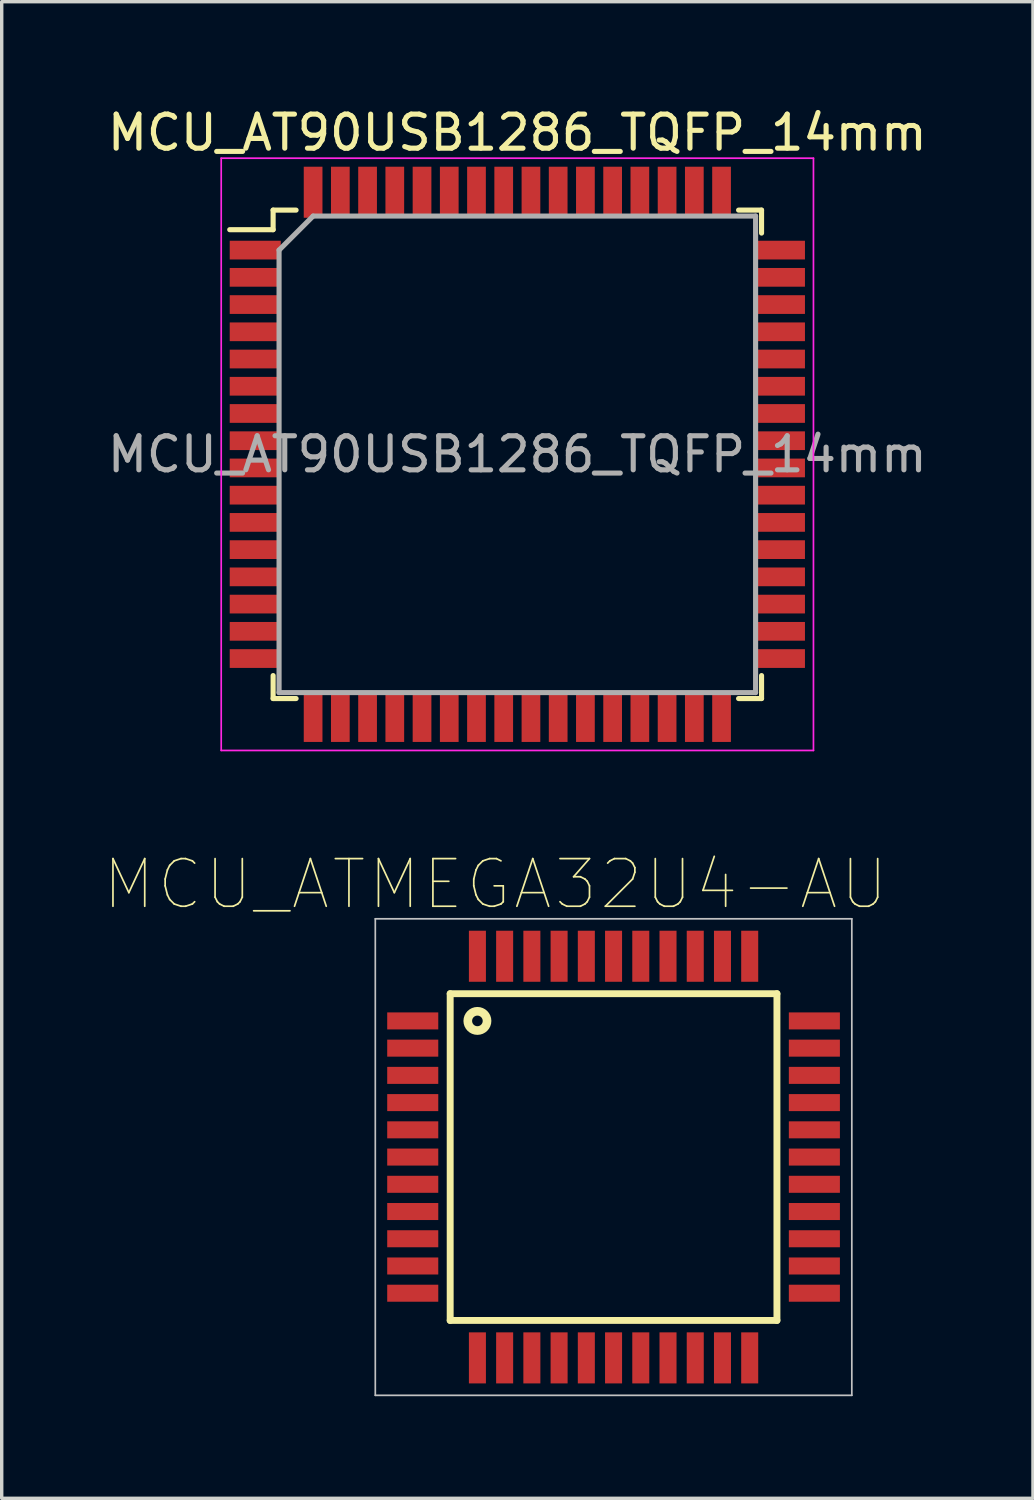
<source format=kicad_pcb>
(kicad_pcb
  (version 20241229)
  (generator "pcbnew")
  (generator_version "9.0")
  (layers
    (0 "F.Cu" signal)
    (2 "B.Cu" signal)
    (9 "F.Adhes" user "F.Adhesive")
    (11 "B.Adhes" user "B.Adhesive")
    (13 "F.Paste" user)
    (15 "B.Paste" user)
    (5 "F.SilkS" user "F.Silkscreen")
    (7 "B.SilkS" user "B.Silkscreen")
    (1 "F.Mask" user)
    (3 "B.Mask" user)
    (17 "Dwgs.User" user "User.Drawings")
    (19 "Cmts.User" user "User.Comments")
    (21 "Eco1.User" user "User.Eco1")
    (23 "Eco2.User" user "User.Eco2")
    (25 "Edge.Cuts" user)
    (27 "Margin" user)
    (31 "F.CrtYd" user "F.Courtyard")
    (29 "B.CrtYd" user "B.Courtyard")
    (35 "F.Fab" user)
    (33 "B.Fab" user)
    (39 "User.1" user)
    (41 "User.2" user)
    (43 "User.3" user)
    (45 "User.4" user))
  (footprint "MCU_AT90USB1286_TQFP_14mm"
    (layer "F.Cu")
    (at 12.149 10.298)
    (property "Reference" "MCU_AT90USB1286_TQFP_14mm" (at 0 -9.45 0) (layer "F.SilkS") (effects (font (size 1 1) (thickness 0.15))))
    (attr smd)
    (fp_line (start -7.175 -7.175) (end -7.175 -6.6) (stroke (width 0.15) (type solid)) (layer "F.SilkS"))
    (fp_line (start -7.175 -7.175) (end -6.5 -7.175) (stroke (width 0.15) (type solid)) (layer "F.SilkS"))
    (fp_line (start -7.175 -6.6) (end -8.45 -6.6) (stroke (width 0.15) (type solid)) (layer "F.SilkS"))
    (fp_line (start -7.175 7.175) (end -7.175 6.5) (stroke (width 0.15) (type solid)) (layer "F.SilkS"))
    (fp_line (start -7.175 7.175) (end -6.5 7.175) (stroke (width 0.15) (type solid)) (layer "F.SilkS"))
    (fp_line (start 7.175 -7.175) (end 6.5 -7.175) (stroke (width 0.15) (type solid)) (layer "F.SilkS"))
    (fp_line (start 7.175 -7.175) (end 7.175 -6.5) (stroke (width 0.15) (type solid)) (layer "F.SilkS"))
    (fp_line (start 7.175 7.175) (end 6.5 7.175) (stroke (width 0.15) (type solid)) (layer "F.SilkS"))
    (fp_line (start 7.175 7.175) (end 7.175 6.5) (stroke (width 0.15) (type solid)) (layer "F.SilkS"))
    (fp_line (start -8.7 -8.7) (end -8.7 8.7) (stroke (width 0.05) (type solid)) (layer "F.CrtYd"))
    (fp_line (start -8.7 -8.7) (end 8.7 -8.7) (stroke (width 0.05) (type solid)) (layer "F.CrtYd"))
    (fp_line (start -8.7 8.7) (end 8.7 8.7) (stroke (width 0.05) (type solid)) (layer "F.CrtYd"))
    (fp_line (start 8.7 -8.7) (end 8.7 8.7) (stroke (width 0.05) (type solid)) (layer "F.CrtYd"))
    (fp_line (start -7 -6) (end -6 -7) (stroke (width 0.15) (type solid)) (layer "F.Fab"))
    (fp_line (start -7 7) (end -7 -6) (stroke (width 0.15) (type solid)) (layer "F.Fab"))
    (fp_line (start -6 -7) (end 7 -7) (stroke (width 0.15) (type solid)) (layer "F.Fab"))
    (fp_line (start 7 -7) (end 7 7) (stroke (width 0.15) (type solid)) (layer "F.Fab"))
    (fp_line (start 7 7) (end -7 7) (stroke (width 0.15) (type solid)) (layer "F.Fab"))
    (fp_text user "${REFERENCE}" (at 0 0 0) (layer "F.Fab") (effects (font (size 1 1) (thickness 0.15))))
    (pad "1" smd rect (at -7.7 -6) (size 1.5 0.55) (layers "F.Cu" "F.Mask" "F.Paste"))
    (pad "2" smd rect (at -7.7 -5.2) (size 1.5 0.55) (layers "F.Cu" "F.Mask" "F.Paste"))
    (pad "3" smd rect (at -7.7 -4.4) (size 1.5 0.55) (layers "F.Cu" "F.Mask" "F.Paste"))
    (pad "4" smd rect (at -7.7 -3.6) (size 1.5 0.55) (layers "F.Cu" "F.Mask" "F.Paste"))
    (pad "5" smd rect (at -7.7 -2.8) (size 1.5 0.55) (layers "F.Cu" "F.Mask" "F.Paste"))
    (pad "6" smd rect (at -7.7 -2) (size 1.5 0.55) (layers "F.Cu" "F.Mask" "F.Paste"))
    (pad "7" smd rect (at -7.7 -1.2) (size 1.5 0.55) (layers "F.Cu" "F.Mask" "F.Paste"))
    (pad "8" smd rect (at -7.7 -0.4) (size 1.5 0.55) (layers "F.Cu" "F.Mask" "F.Paste"))
    (pad "9" smd rect (at -7.7 0.4) (size 1.5 0.55) (layers "F.Cu" "F.Mask" "F.Paste"))
    (pad "10" smd rect (at -7.7 1.2) (size 1.5 0.55) (layers "F.Cu" "F.Mask" "F.Paste"))
    (pad "11" smd rect (at -7.7 2) (size 1.5 0.55) (layers "F.Cu" "F.Mask" "F.Paste"))
    (pad "12" smd rect (at -7.7 2.8) (size 1.5 0.55) (layers "F.Cu" "F.Mask" "F.Paste"))
    (pad "13" smd rect (at -7.7 3.6) (size 1.5 0.55) (layers "F.Cu" "F.Mask" "F.Paste"))
    (pad "14" smd rect (at -7.7 4.4) (size 1.5 0.55) (layers "F.Cu" "F.Mask" "F.Paste"))
    (pad "15" smd rect (at -7.7 5.2) (size 1.5 0.55) (layers "F.Cu" "F.Mask" "F.Paste"))
    (pad "16" smd rect (at -7.7 6) (size 1.5 0.55) (layers "F.Cu" "F.Mask" "F.Paste"))
    (pad "17" smd rect (at -6 7.7 90) (size 1.5 0.55) (layers "F.Cu" "F.Mask" "F.Paste"))
    (pad "18" smd rect (at -5.2 7.7 90) (size 1.5 0.55) (layers "F.Cu" "F.Mask" "F.Paste"))
    (pad "19" smd rect (at -4.4 7.7 90) (size 1.5 0.55) (layers "F.Cu" "F.Mask" "F.Paste"))
    (pad "20" smd rect (at -3.6 7.7 90) (size 1.5 0.55) (layers "F.Cu" "F.Mask" "F.Paste"))
    (pad "21" smd rect (at -2.8 7.7 90) (size 1.5 0.55) (layers "F.Cu" "F.Mask" "F.Paste"))
    (pad "22" smd rect (at -2 7.7 90) (size 1.5 0.55) (layers "F.Cu" "F.Mask" "F.Paste"))
    (pad "23" smd rect (at -1.2 7.7 90) (size 1.5 0.55) (layers "F.Cu" "F.Mask" "F.Paste"))
    (pad "24" smd rect (at -0.4 7.7 90) (size 1.5 0.55) (layers "F.Cu" "F.Mask" "F.Paste"))
    (pad "25" smd rect (at 0.4 7.7 90) (size 1.5 0.55) (layers "F.Cu" "F.Mask" "F.Paste"))
    (pad "26" smd rect (at 1.2 7.7 90) (size 1.5 0.55) (layers "F.Cu" "F.Mask" "F.Paste"))
    (pad "27" smd rect (at 2 7.7 90) (size 1.5 0.55) (layers "F.Cu" "F.Mask" "F.Paste"))
    (pad "28" smd rect (at 2.8 7.7 90) (size 1.5 0.55) (layers "F.Cu" "F.Mask" "F.Paste"))
    (pad "29" smd rect (at 3.6 7.7 90) (size 1.5 0.55) (layers "F.Cu" "F.Mask" "F.Paste"))
    (pad "30" smd rect (at 4.4 7.7 90) (size 1.5 0.55) (layers "F.Cu" "F.Mask" "F.Paste"))
    (pad "31" smd rect (at 5.2 7.7 90) (size 1.5 0.55) (layers "F.Cu" "F.Mask" "F.Paste"))
    (pad "32" smd rect (at 6 7.7 90) (size 1.5 0.55) (layers "F.Cu" "F.Mask" "F.Paste"))
    (pad "33" smd rect (at 7.7 6) (size 1.5 0.55) (layers "F.Cu" "F.Mask" "F.Paste"))
    (pad "34" smd rect (at 7.7 5.2) (size 1.5 0.55) (layers "F.Cu" "F.Mask" "F.Paste"))
    (pad "35" smd rect (at 7.7 4.4) (size 1.5 0.55) (layers "F.Cu" "F.Mask" "F.Paste"))
    (pad "36" smd rect (at 7.7 3.6) (size 1.5 0.55) (layers "F.Cu" "F.Mask" "F.Paste"))
    (pad "37" smd rect (at 7.7 2.8) (size 1.5 0.55) (layers "F.Cu" "F.Mask" "F.Paste"))
    (pad "38" smd rect (at 7.7 2) (size 1.5 0.55) (layers "F.Cu" "F.Mask" "F.Paste"))
    (pad "39" smd rect (at 7.7 1.2) (size 1.5 0.55) (layers "F.Cu" "F.Mask" "F.Paste"))
    (pad "40" smd rect (at 7.7 0.4) (size 1.5 0.55) (layers "F.Cu" "F.Mask" "F.Paste"))
    (pad "41" smd rect (at 7.7 -0.4) (size 1.5 0.55) (layers "F.Cu" "F.Mask" "F.Paste"))
    (pad "42" smd rect (at 7.7 -1.2) (size 1.5 0.55) (layers "F.Cu" "F.Mask" "F.Paste"))
    (pad "43" smd rect (at 7.7 -2) (size 1.5 0.55) (layers "F.Cu" "F.Mask" "F.Paste"))
    (pad "44" smd rect (at 7.7 -2.8) (size 1.5 0.55) (layers "F.Cu" "F.Mask" "F.Paste"))
    (pad "45" smd rect (at 7.7 -3.6) (size 1.5 0.55) (layers "F.Cu" "F.Mask" "F.Paste"))
    (pad "46" smd rect (at 7.7 -4.4) (size 1.5 0.55) (layers "F.Cu" "F.Mask" "F.Paste"))
    (pad "47" smd rect (at 7.7 -5.2) (size 1.5 0.55) (layers "F.Cu" "F.Mask" "F.Paste"))
    (pad "48" smd rect (at 7.7 -6) (size 1.5 0.55) (layers "F.Cu" "F.Mask" "F.Paste"))
    (pad "49" smd rect (at 6 -7.7 90) (size 1.5 0.55) (layers "F.Cu" "F.Mask" "F.Paste"))
    (pad "50" smd rect (at 5.2 -7.7 90) (size 1.5 0.55) (layers "F.Cu" "F.Mask" "F.Paste"))
    (pad "51" smd rect (at 4.4 -7.7 90) (size 1.5 0.55) (layers "F.Cu" "F.Mask" "F.Paste"))
    (pad "52" smd rect (at 3.6 -7.7 90) (size 1.5 0.55) (layers "F.Cu" "F.Mask" "F.Paste"))
    (pad "53" smd rect (at 2.8 -7.7 90) (size 1.5 0.55) (layers "F.Cu" "F.Mask" "F.Paste"))
    (pad "54" smd rect (at 2 -7.7 90) (size 1.5 0.55) (layers "F.Cu" "F.Mask" "F.Paste"))
    (pad "55" smd rect (at 1.2 -7.7 90) (size 1.5 0.55) (layers "F.Cu" "F.Mask" "F.Paste"))
    (pad "56" smd rect (at 0.4 -7.7 90) (size 1.5 0.55) (layers "F.Cu" "F.Mask" "F.Paste"))
    (pad "57" smd rect (at -0.4 -7.7 90) (size 1.5 0.55) (layers "F.Cu" "F.Mask" "F.Paste"))
    (pad "58" smd rect (at -1.2 -7.7 90) (size 1.5 0.55) (layers "F.Cu" "F.Mask" "F.Paste"))
    (pad "59" smd rect (at -2 -7.7 90) (size 1.5 0.55) (layers "F.Cu" "F.Mask" "F.Paste"))
    (pad "60" smd rect (at -2.8 -7.7 90) (size 1.5 0.55) (layers "F.Cu" "F.Mask" "F.Paste"))
    (pad "61" smd rect (at -3.6 -7.7 90) (size 1.5 0.55) (layers "F.Cu" "F.Mask" "F.Paste"))
    (pad "62" smd rect (at -4.4 -7.7 90) (size 1.5 0.55) (layers "F.Cu" "F.Mask" "F.Paste"))
    (pad "63" smd rect (at -5.2 -7.7 90) (size 1.5 0.55) (layers "F.Cu" "F.Mask" "F.Paste"))
    (pad "64" smd rect (at -6 -7.7 90) (size 1.5 0.55) (layers "F.Cu" "F.Mask" "F.Paste")))
  (footprint "MCU_ATMEGA32U4-AU"
    (layer "F.Cu")
    (at 14.976 30.944)
    (property "Reference" "MCU_ATMEGA32U4-AU" (at -3.474 -8.014 0) (layer "F.SilkS") (effects (font (size 1.4 1.4) (thickness 0.05))))
    (attr smd)
    (fp_line (start -4.8 -4.8) (end 4.8 -4.8) (stroke (width 0.203) (type solid)) (layer "F.SilkS"))
    (fp_line (start -4.8 4.8) (end -4.8 -4.8) (stroke (width 0.203) (type solid)) (layer "F.SilkS"))
    (fp_line (start 4.8 -4.8) (end 4.8 4.8) (stroke (width 0.203) (type solid)) (layer "F.SilkS"))
    (fp_line (start 4.8 4.8) (end -4.8 4.8) (stroke (width 0.203) (type solid)) (layer "F.SilkS"))
    (fp_circle (center -4 -4) (end -3.717 -4) (stroke (width 0.254) (type solid)) (fill no) (layer "F.SilkS"))
    (fp_line (start -7 -7) (end 7 -7) (stroke (width 0.05) (type solid)) (layer "Dwgs.User"))
    (fp_line (start -7 7) (end -7 -7) (stroke (width 0.05) (type solid)) (layer "Dwgs.User"))
    (fp_line (start 7 -7) (end 7 7) (stroke (width 0.05) (type solid)) (layer "Dwgs.User"))
    (fp_line (start 7 7) (end -7 7) (stroke (width 0.05) (type solid)) (layer "Dwgs.User"))
    (pad "1" smd rect (at -5.9 -4) (size 1.5 0.5) (layers "F.Cu" "F.Mask" "F.Paste"))
    (pad "2" smd rect (at -5.9 -3.2) (size 1.5 0.5) (layers "F.Cu" "F.Mask" "F.Paste"))
    (pad "3" smd rect (at -5.9 -2.4) (size 1.5 0.5) (layers "F.Cu" "F.Mask" "F.Paste"))
    (pad "4" smd rect (at -5.9 -1.6) (size 1.5 0.5) (layers "F.Cu" "F.Mask" "F.Paste"))
    (pad "5" smd rect (at -5.9 -0.8) (size 1.5 0.5) (layers "F.Cu" "F.Mask" "F.Paste"))
    (pad "6" smd rect (at -5.9 0) (size 1.5 0.5) (layers "F.Cu" "F.Mask" "F.Paste"))
    (pad "7" smd rect (at -5.9 0.8) (size 1.5 0.5) (layers "F.Cu" "F.Mask" "F.Paste"))
    (pad "8" smd rect (at -5.9 1.6) (size 1.5 0.5) (layers "F.Cu" "F.Mask" "F.Paste"))
    (pad "9" smd rect (at -5.9 2.4) (size 1.5 0.5) (layers "F.Cu" "F.Mask" "F.Paste"))
    (pad "10" smd rect (at -5.9 3.2) (size 1.5 0.5) (layers "F.Cu" "F.Mask" "F.Paste"))
    (pad "11" smd rect (at -5.9 4) (size 1.5 0.5) (layers "F.Cu" "F.Mask" "F.Paste"))
    (pad "12" smd rect (at -4 5.9) (size 0.5 1.5) (layers "F.Cu" "F.Mask" "F.Paste"))
    (pad "13" smd rect (at -3.2 5.9) (size 0.5 1.5) (layers "F.Cu" "F.Mask" "F.Paste"))
    (pad "14" smd rect (at -2.4 5.9) (size 0.5 1.5) (layers "F.Cu" "F.Mask" "F.Paste"))
    (pad "15" smd rect (at -1.6 5.9) (size 0.5 1.5) (layers "F.Cu" "F.Mask" "F.Paste"))
    (pad "16" smd rect (at -0.8 5.9) (size 0.5 1.5) (layers "F.Cu" "F.Mask" "F.Paste"))
    (pad "17" smd rect (at 0 5.9) (size 0.5 1.5) (layers "F.Cu" "F.Mask" "F.Paste"))
    (pad "18" smd rect (at 0.8 5.9) (size 0.5 1.5) (layers "F.Cu" "F.Mask" "F.Paste"))
    (pad "19" smd rect (at 1.6 5.9) (size 0.5 1.5) (layers "F.Cu" "F.Mask" "F.Paste"))
    (pad "20" smd rect (at 2.4 5.9) (size 0.5 1.5) (layers "F.Cu" "F.Mask" "F.Paste"))
    (pad "21" smd rect (at 3.2 5.9) (size 0.5 1.5) (layers "F.Cu" "F.Mask" "F.Paste"))
    (pad "22" smd rect (at 4 5.9) (size 0.5 1.5) (layers "F.Cu" "F.Mask" "F.Paste"))
    (pad "23" smd rect (at 5.9 4) (size 1.5 0.5) (layers "F.Cu" "F.Mask" "F.Paste"))
    (pad "24" smd rect (at 5.9 3.2) (size 1.5 0.5) (layers "F.Cu" "F.Mask" "F.Paste"))
    (pad "25" smd rect (at 5.9 2.4) (size 1.5 0.5) (layers "F.Cu" "F.Mask" "F.Paste"))
    (pad "26" smd rect (at 5.9 1.6) (size 1.5 0.5) (layers "F.Cu" "F.Mask" "F.Paste"))
    (pad "27" smd rect (at 5.9 0.8) (size 1.5 0.5) (layers "F.Cu" "F.Mask" "F.Paste"))
    (pad "28" smd rect (at 5.9 0) (size 1.5 0.5) (layers "F.Cu" "F.Mask" "F.Paste"))
    (pad "29" smd rect (at 5.9 -0.8) (size 1.5 0.5) (layers "F.Cu" "F.Mask" "F.Paste"))
    (pad "30" smd rect (at 5.9 -1.6) (size 1.5 0.5) (layers "F.Cu" "F.Mask" "F.Paste"))
    (pad "31" smd rect (at 5.9 -2.4) (size 1.5 0.5) (layers "F.Cu" "F.Mask" "F.Paste"))
    (pad "32" smd rect (at 5.9 -3.2) (size 1.5 0.5) (layers "F.Cu" "F.Mask" "F.Paste"))
    (pad "33" smd rect (at 5.9 -4) (size 1.5 0.5) (layers "F.Cu" "F.Mask" "F.Paste"))
    (pad "34" smd rect (at 4 -5.9) (size 0.5 1.5) (layers "F.Cu" "F.Mask" "F.Paste"))
    (pad "35" smd rect (at 3.2 -5.9) (size 0.5 1.5) (layers "F.Cu" "F.Mask" "F.Paste"))
    (pad "36" smd rect (at 2.4 -5.9) (size 0.5 1.5) (layers "F.Cu" "F.Mask" "F.Paste"))
    (pad "37" smd rect (at 1.6 -5.9) (size 0.5 1.5) (layers "F.Cu" "F.Mask" "F.Paste"))
    (pad "38" smd rect (at 0.8 -5.9) (size 0.5 1.5) (layers "F.Cu" "F.Mask" "F.Paste"))
    (pad "39" smd rect (at 0 -5.9) (size 0.5 1.5) (layers "F.Cu" "F.Mask" "F.Paste"))
    (pad "40" smd rect (at -0.8 -5.9) (size 0.5 1.5) (layers "F.Cu" "F.Mask" "F.Paste"))
    (pad "41" smd rect (at -1.6 -5.9) (size 0.5 1.5) (layers "F.Cu" "F.Mask" "F.Paste"))
    (pad "42" smd rect (at -2.4 -5.9) (size 0.5 1.5) (layers "F.Cu" "F.Mask" "F.Paste"))
    (pad "43" smd rect (at -3.2 -5.9) (size 0.5 1.5) (layers "F.Cu" "F.Mask" "F.Paste"))
    (pad "44" smd rect (at -4 -5.9) (size 0.5 1.5) (layers "F.Cu" "F.Mask" "F.Paste")))
  (gr_rect
    (start -3 -3)
    (end 27.298 40.969)
    (stroke (width 0.1) (type default))
    (fill no)
    (layer "Edge.Cuts")))
</source>
